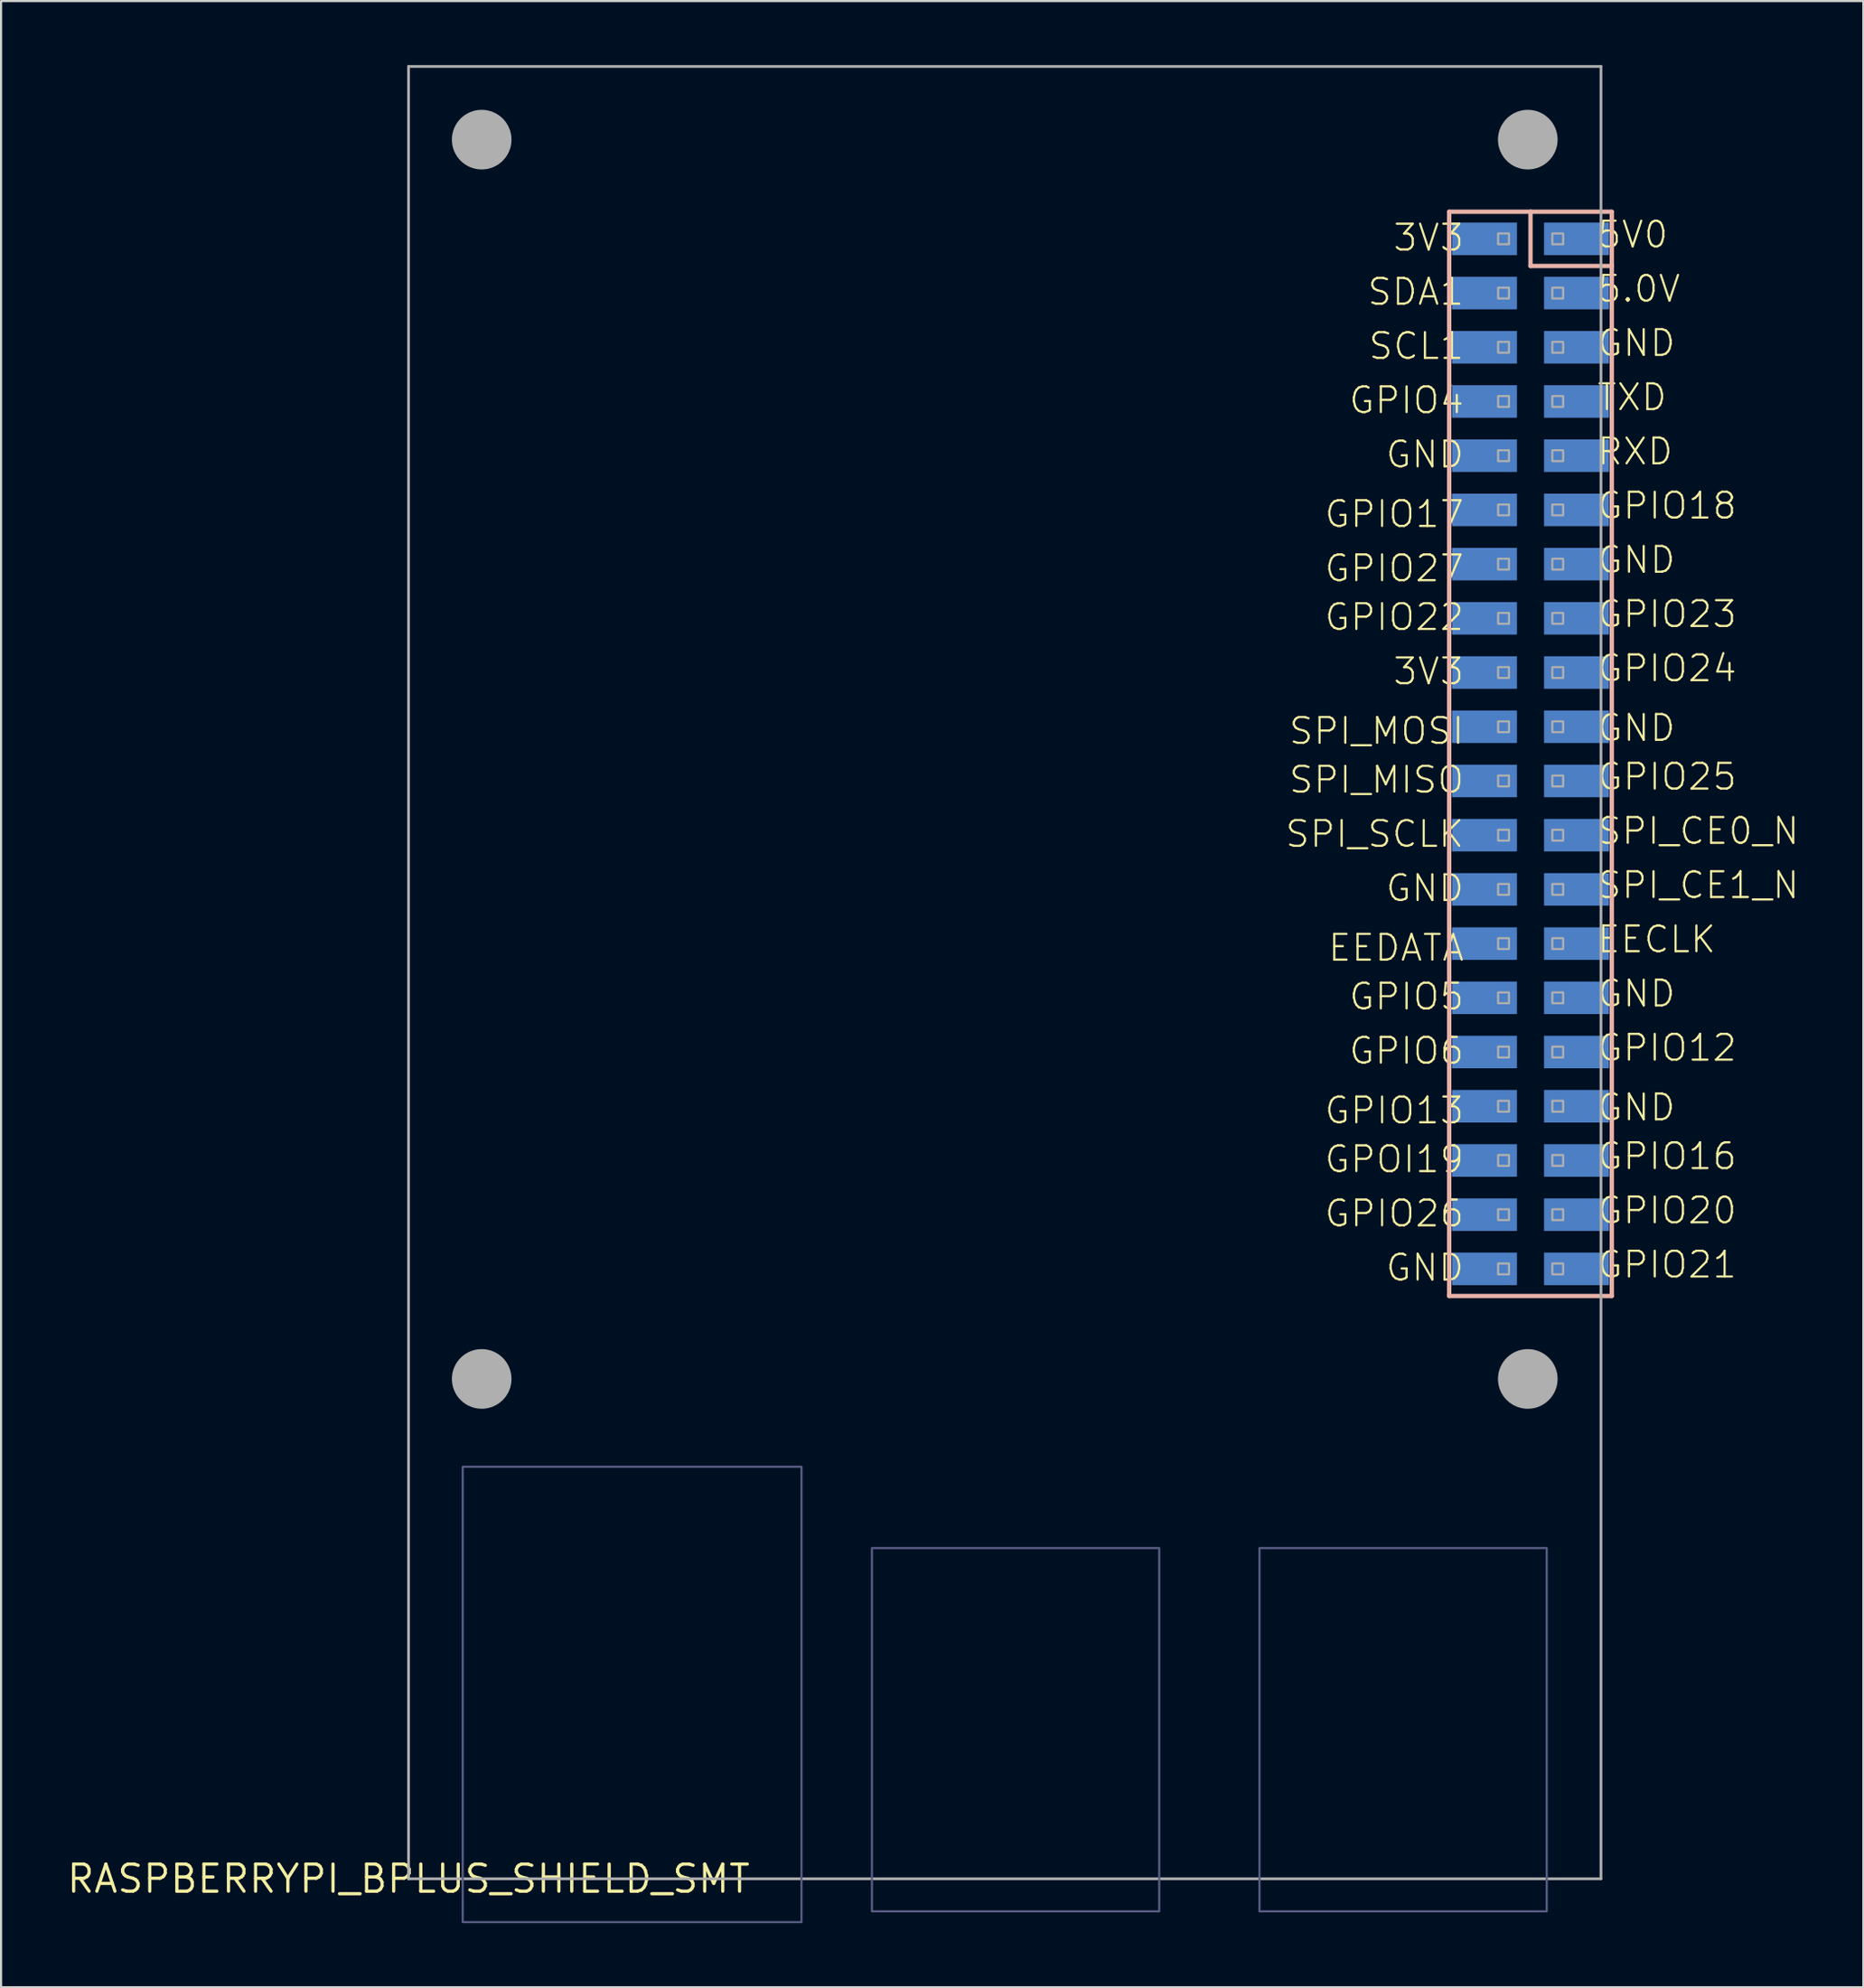
<source format=kicad_pcb>
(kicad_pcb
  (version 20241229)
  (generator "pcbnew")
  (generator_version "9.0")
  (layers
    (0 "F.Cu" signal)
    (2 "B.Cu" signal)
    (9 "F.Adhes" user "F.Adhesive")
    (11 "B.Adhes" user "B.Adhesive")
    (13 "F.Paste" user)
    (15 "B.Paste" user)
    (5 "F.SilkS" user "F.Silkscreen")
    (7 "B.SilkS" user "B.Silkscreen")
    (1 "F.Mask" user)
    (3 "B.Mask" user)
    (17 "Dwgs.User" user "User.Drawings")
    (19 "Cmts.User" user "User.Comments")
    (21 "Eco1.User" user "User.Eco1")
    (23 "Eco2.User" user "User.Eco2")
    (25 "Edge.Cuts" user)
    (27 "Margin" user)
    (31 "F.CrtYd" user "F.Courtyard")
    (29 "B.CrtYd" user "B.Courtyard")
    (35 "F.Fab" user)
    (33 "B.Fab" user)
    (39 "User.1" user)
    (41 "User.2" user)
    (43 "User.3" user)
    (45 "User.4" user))
  (footprint "RASPBERRYPI_BPLUS_SHIELD_SMT"
    (layer "F.Cu")
    (at 16.094 84.976)
    (property "Reference" "RASPBERRYPI_BPLUS_SHIELD_SMT" (at 0 0 0) (layer "F.SilkS") (effects (font (size 1.27 1.27) (thickness 0.15))))
    (attr through_hole)
    (fp_line (start 48.768 -78.105) (end 48.768 -27.305) (stroke (width 0.203) (type solid)) (layer "B.SilkS"))
    (fp_line (start 48.768 -27.305) (end 56.388 -27.305) (stroke (width 0.203) (type solid)) (layer "B.SilkS"))
    (fp_line (start 52.578 -78.105) (end 48.768 -78.105) (stroke (width 0.203) (type solid)) (layer "B.SilkS"))
    (fp_line (start 52.578 -78.105) (end 52.578 -75.565) (stroke (width 0.203) (type solid)) (layer "B.SilkS"))
    (fp_line (start 52.578 -75.565) (end 56.388 -75.565) (stroke (width 0.203) (type solid)) (layer "B.SilkS"))
    (fp_line (start 56.388 -78.105) (end 52.578 -78.105) (stroke (width 0.203) (type solid)) (layer "B.SilkS"))
    (fp_line (start 56.388 -75.565) (end 56.388 -78.105) (stroke (width 0.203) (type solid)) (layer "B.SilkS"))
    (fp_line (start 56.388 -27.305) (end 56.388 -75.565) (stroke (width 0.203) (type solid)) (layer "B.SilkS"))
    (fp_poly (pts (xy 2.54 2.032) (xy 18.415 2.032) (xy 18.415 -19.304) (xy 2.54 -19.304)) (stroke (width 0.1) (type solid)) (fill no) (layer "B.Fab"))
    (fp_poly (pts (xy 21.717 1.524) (xy 35.179 1.524) (xy 35.179 -15.494) (xy 21.717 -15.494)) (stroke (width 0.1) (type solid)) (fill no) (layer "B.Fab"))
    (fp_poly (pts (xy 39.878 1.524) (xy 53.34 1.524) (xy 53.34 -15.494) (xy 39.878 -15.494)) (stroke (width 0.1) (type solid)) (fill no) (layer "B.Fab"))
    (fp_line (start 0 -84.912) (end 55.88 -84.912) (stroke (width 0.127) (type solid)) (layer "F.Fab"))
    (fp_line (start 0 0) (end 0 -84.912) (stroke (width 0.127) (type solid)) (layer "F.Fab"))
    (fp_line (start 55.88 -84.912) (end 55.88 0) (stroke (width 0.127) (type solid)) (layer "F.Fab"))
    (fp_line (start 55.88 0) (end 0 0) (stroke (width 0.127) (type solid)) (layer "F.Fab"))
    (fp_circle (center 3.429 -81.483) (end 4.128 -81.483) (stroke (width 1.397) (type solid)) (fill no) (layer "F.Fab"))
    (fp_circle (center 3.429 -23.419) (end 4.128 -23.419) (stroke (width 1.397) (type solid)) (fill no) (layer "F.Fab"))
    (fp_circle (center 52.451 -81.483) (end 53.15 -81.483) (stroke (width 1.397) (type solid)) (fill no) (layer "F.Fab"))
    (fp_circle (center 52.451 -23.419) (end 53.15 -23.419) (stroke (width 1.397) (type solid)) (fill no) (layer "F.Fab"))
    (fp_poly (pts (xy 51.061 -77.089) (xy 51.061 -76.581) (xy 51.569 -76.581) (xy 51.569 -77.089)) (stroke (width 0.1) (type solid)) (fill no) (layer "F.Fab"))
    (fp_poly (pts (xy 51.061 -74.549) (xy 51.061 -74.041) (xy 51.569 -74.041) (xy 51.569 -74.549)) (stroke (width 0.1) (type solid)) (fill no) (layer "F.Fab"))
    (fp_poly (pts (xy 51.061 -72.009) (xy 51.061 -71.501) (xy 51.569 -71.501) (xy 51.569 -72.009)) (stroke (width 0.1) (type solid)) (fill no) (layer "F.Fab"))
    (fp_poly (pts (xy 51.061 -69.469) (xy 51.061 -68.961) (xy 51.569 -68.961) (xy 51.569 -69.469)) (stroke (width 0.1) (type solid)) (fill no) (layer "F.Fab"))
    (fp_poly (pts (xy 51.061 -66.929) (xy 51.061 -66.421) (xy 51.569 -66.421) (xy 51.569 -66.929)) (stroke (width 0.1) (type solid)) (fill no) (layer "F.Fab"))
    (fp_poly (pts (xy 51.061 -64.389) (xy 51.061 -63.881) (xy 51.569 -63.881) (xy 51.569 -64.389)) (stroke (width 0.1) (type solid)) (fill no) (layer "F.Fab"))
    (fp_poly (pts (xy 51.061 -61.849) (xy 51.061 -61.341) (xy 51.569 -61.341) (xy 51.569 -61.849)) (stroke (width 0.1) (type solid)) (fill no) (layer "F.Fab"))
    (fp_poly (pts (xy 51.061 -59.309) (xy 51.061 -58.801) (xy 51.569 -58.801) (xy 51.569 -59.309)) (stroke (width 0.1) (type solid)) (fill no) (layer "F.Fab"))
    (fp_poly (pts (xy 51.061 -56.769) (xy 51.061 -56.261) (xy 51.569 -56.261) (xy 51.569 -56.769)) (stroke (width 0.1) (type solid)) (fill no) (layer "F.Fab"))
    (fp_poly (pts (xy 51.061 -54.229) (xy 51.061 -53.721) (xy 51.569 -53.721) (xy 51.569 -54.229)) (stroke (width 0.1) (type solid)) (fill no) (layer "F.Fab"))
    (fp_poly (pts (xy 51.061 -51.689) (xy 51.061 -51.181) (xy 51.569 -51.181) (xy 51.569 -51.689)) (stroke (width 0.1) (type solid)) (fill no) (layer "F.Fab"))
    (fp_poly (pts (xy 51.061 -49.149) (xy 51.061 -48.641) (xy 51.569 -48.641) (xy 51.569 -49.149)) (stroke (width 0.1) (type solid)) (fill no) (layer "F.Fab"))
    (fp_poly (pts (xy 51.061 -46.609) (xy 51.061 -46.101) (xy 51.569 -46.101) (xy 51.569 -46.609)) (stroke (width 0.1) (type solid)) (fill no) (layer "F.Fab"))
    (fp_poly (pts (xy 51.061 -44.069) (xy 51.061 -43.561) (xy 51.569 -43.561) (xy 51.569 -44.069)) (stroke (width 0.1) (type solid)) (fill no) (layer "F.Fab"))
    (fp_poly (pts (xy 51.061 -41.529) (xy 51.061 -41.021) (xy 51.569 -41.021) (xy 51.569 -41.529)) (stroke (width 0.1) (type solid)) (fill no) (layer "F.Fab"))
    (fp_poly (pts (xy 51.061 -38.989) (xy 51.061 -38.481) (xy 51.569 -38.481) (xy 51.569 -38.989)) (stroke (width 0.1) (type solid)) (fill no) (layer "F.Fab"))
    (fp_poly (pts (xy 51.061 -36.449) (xy 51.061 -35.941) (xy 51.569 -35.941) (xy 51.569 -36.449)) (stroke (width 0.1) (type solid)) (fill no) (layer "F.Fab"))
    (fp_poly (pts (xy 51.061 -33.909) (xy 51.061 -33.401) (xy 51.569 -33.401) (xy 51.569 -33.909)) (stroke (width 0.1) (type solid)) (fill no) (layer "F.Fab"))
    (fp_poly (pts (xy 51.061 -31.369) (xy 51.061 -30.861) (xy 51.569 -30.861) (xy 51.569 -31.369)) (stroke (width 0.1) (type solid)) (fill no) (layer "F.Fab"))
    (fp_poly (pts (xy 51.061 -28.829) (xy 51.061 -28.321) (xy 51.569 -28.321) (xy 51.569 -28.829)) (stroke (width 0.1) (type solid)) (fill no) (layer "F.Fab"))
    (fp_poly (pts (xy 53.601 -77.089) (xy 53.601 -76.581) (xy 54.109 -76.581) (xy 54.109 -77.089)) (stroke (width 0.1) (type solid)) (fill no) (layer "F.Fab"))
    (fp_poly (pts (xy 53.601 -74.549) (xy 53.601 -74.041) (xy 54.109 -74.041) (xy 54.109 -74.549)) (stroke (width 0.1) (type solid)) (fill no) (layer "F.Fab"))
    (fp_poly (pts (xy 53.601 -72.009) (xy 53.601 -71.501) (xy 54.109 -71.501) (xy 54.109 -72.009)) (stroke (width 0.1) (type solid)) (fill no) (layer "F.Fab"))
    (fp_poly (pts (xy 53.601 -69.469) (xy 53.601 -68.961) (xy 54.109 -68.961) (xy 54.109 -69.469)) (stroke (width 0.1) (type solid)) (fill no) (layer "F.Fab"))
    (fp_poly (pts (xy 53.601 -66.929) (xy 53.601 -66.421) (xy 54.109 -66.421) (xy 54.109 -66.929)) (stroke (width 0.1) (type solid)) (fill no) (layer "F.Fab"))
    (fp_poly (pts (xy 53.601 -64.389) (xy 53.601 -63.881) (xy 54.109 -63.881) (xy 54.109 -64.389)) (stroke (width 0.1) (type solid)) (fill no) (layer "F.Fab"))
    (fp_poly (pts (xy 53.601 -61.849) (xy 53.601 -61.341) (xy 54.109 -61.341) (xy 54.109 -61.849)) (stroke (width 0.1) (type solid)) (fill no) (layer "F.Fab"))
    (fp_poly (pts (xy 53.601 -59.309) (xy 53.601 -58.801) (xy 54.109 -58.801) (xy 54.109 -59.309)) (stroke (width 0.1) (type solid)) (fill no) (layer "F.Fab"))
    (fp_poly (pts (xy 53.601 -56.769) (xy 53.601 -56.261) (xy 54.109 -56.261) (xy 54.109 -56.769)) (stroke (width 0.1) (type solid)) (fill no) (layer "F.Fab"))
    (fp_poly (pts (xy 53.601 -54.229) (xy 53.601 -53.721) (xy 54.109 -53.721) (xy 54.109 -54.229)) (stroke (width 0.1) (type solid)) (fill no) (layer "F.Fab"))
    (fp_poly (pts (xy 53.601 -51.689) (xy 53.601 -51.181) (xy 54.109 -51.181) (xy 54.109 -51.689)) (stroke (width 0.1) (type solid)) (fill no) (layer "F.Fab"))
    (fp_poly (pts (xy 53.601 -49.149) (xy 53.601 -48.641) (xy 54.109 -48.641) (xy 54.109 -49.149)) (stroke (width 0.1) (type solid)) (fill no) (layer "F.Fab"))
    (fp_poly (pts (xy 53.601 -46.609) (xy 53.601 -46.101) (xy 54.109 -46.101) (xy 54.109 -46.609)) (stroke (width 0.1) (type solid)) (fill no) (layer "F.Fab"))
    (fp_poly (pts (xy 53.601 -44.069) (xy 53.601 -43.561) (xy 54.109 -43.561) (xy 54.109 -44.069)) (stroke (width 0.1) (type solid)) (fill no) (layer "F.Fab"))
    (fp_poly (pts (xy 53.601 -41.529) (xy 53.601 -41.021) (xy 54.109 -41.021) (xy 54.109 -41.529)) (stroke (width 0.1) (type solid)) (fill no) (layer "F.Fab"))
    (fp_poly (pts (xy 53.601 -38.989) (xy 53.601 -38.481) (xy 54.109 -38.481) (xy 54.109 -38.989)) (stroke (width 0.1) (type solid)) (fill no) (layer "F.Fab"))
    (fp_poly (pts (xy 53.601 -36.449) (xy 53.601 -35.941) (xy 54.109 -35.941) (xy 54.109 -36.449)) (stroke (width 0.1) (type solid)) (fill no) (layer "F.Fab"))
    (fp_poly (pts (xy 53.601 -33.909) (xy 53.601 -33.401) (xy 54.109 -33.401) (xy 54.109 -33.909)) (stroke (width 0.1) (type solid)) (fill no) (layer "F.Fab"))
    (fp_poly (pts (xy 53.601 -31.369) (xy 53.601 -30.861) (xy 54.109 -30.861) (xy 54.109 -31.369)) (stroke (width 0.1) (type solid)) (fill no) (layer "F.Fab"))
    (fp_poly (pts (xy 53.601 -28.829) (xy 53.601 -28.321) (xy 54.109 -28.321) (xy 54.109 -28.829)) (stroke (width 0.1) (type solid)) (fill no) (layer "F.Fab"))
    (fp_text user "GND" (at 49.537 -29.337 0) (layer "F.SilkS") (effects (font (size 1.206 1.206) (thickness 0.102)) (justify right top)))
    (fp_text user "GPOI19" (at 49.537 -34.417 0) (layer "F.SilkS") (effects (font (size 1.206 1.206) (thickness 0.102)) (justify right top)))
    (fp_text user "GND" (at 49.537 -47.117 0) (layer "F.SilkS") (effects (font (size 1.206 1.206) (thickness 0.102)) (justify right top)))
    (fp_text user "GPIO20" (at 55.633 -30.607 0) (layer "F.SilkS") (effects (font (size 1.206 1.206) (thickness 0.102)) (justify left bottom)))
    (fp_text user "GND" (at 49.537 -67.437 0) (layer "F.SilkS") (effects (font (size 1.206 1.206) (thickness 0.102)) (justify right top)))
    (fp_text user "GPIO4" (at 49.537 -69.977 0) (layer "F.SilkS") (effects (font (size 1.206 1.206) (thickness 0.102)) (justify right top)))
    (fp_text user "GPIO5" (at 49.537 -42.037 0) (layer "F.SilkS") (effects (font (size 1.206 1.206) (thickness 0.102)) (justify right top)))
    (fp_text user "GPIO27" (at 49.537 -62.103 0) (layer "F.SilkS") (effects (font (size 1.206 1.206) (thickness 0.102)) (justify right top)))
    (fp_text user "GPIO18" (at 55.633 -63.627 0) (layer "F.SilkS") (effects (font (size 1.206 1.206) (thickness 0.102)) (justify left bottom)))
    (fp_text user "GPIO23" (at 55.633 -58.547 0) (layer "F.SilkS") (effects (font (size 1.206 1.206) (thickness 0.102)) (justify left bottom)))
    (fp_text user "SPI_SCLK" (at 49.537 -49.657 0) (layer "F.SilkS") (effects (font (size 1.206 1.206) (thickness 0.102)) (justify right top)))
    (fp_text user "SPI_CE1_N" (at 55.633 -45.847 0) (layer "F.SilkS") (effects (font (size 1.206 1.206) (thickness 0.102)) (justify left bottom)))
    (fp_text user "EECLK" (at 55.633 -43.307 0) (layer "F.SilkS") (effects (font (size 1.206 1.206) (thickness 0.102)) (justify left bottom)))
    (fp_text user "GPIO16" (at 55.633 -33.147 0) (layer "F.SilkS") (effects (font (size 1.206 1.206) (thickness 0.102)) (justify left bottom)))
    (fp_text user "GND" (at 55.633 -61.087 0) (layer "F.SilkS") (effects (font (size 1.206 1.206) (thickness 0.102)) (justify left bottom)))
    (fp_text user "SPI_MOSI" (at 49.537 -54.483 0) (layer "F.SilkS") (effects (font (size 1.206 1.206) (thickness 0.102)) (justify right top)))
    (fp_text user "GPIO26" (at 49.537 -31.877 0) (layer "F.SilkS") (effects (font (size 1.206 1.206) (thickness 0.102)) (justify right top)))
    (fp_text user "GPIO25" (at 55.633 -50.927 0) (layer "F.SilkS") (effects (font (size 1.206 1.206) (thickness 0.102)) (justify left bottom)))
    (fp_text user "SPI_MISO" (at 49.537 -52.197 0) (layer "F.SilkS") (effects (font (size 1.206 1.206) (thickness 0.102)) (justify right top)))
    (fp_text user "SDA1" (at 49.537 -75.057 0) (layer "F.SilkS") (effects (font (size 1.206 1.206) (thickness 0.102)) (justify right top)))
    (fp_text user "GPIO24" (at 55.633 -56.007 0) (layer "F.SilkS") (effects (font (size 1.206 1.206) (thickness 0.102)) (justify left bottom)))
    (fp_text user "GND" (at 55.633 -35.433 0) (layer "F.SilkS") (effects (font (size 1.206 1.206) (thickness 0.102)) (justify left bottom)))
    (fp_text user "GPIO17" (at 49.537 -64.643 0) (layer "F.SilkS") (effects (font (size 1.206 1.206) (thickness 0.102)) (justify right top)))
    (fp_text user "5V0" (at 55.633 -76.327 0) (layer "F.SilkS") (effects (font (size 1.206 1.206) (thickness 0.102)) (justify left bottom)))
    (fp_text user "SPI_CE0_N" (at 55.633 -48.387 0) (layer "F.SilkS") (effects (font (size 1.206 1.206) (thickness 0.102)) (justify left bottom)))
    (fp_text user "GND" (at 55.633 -71.247 0) (layer "F.SilkS") (effects (font (size 1.206 1.206) (thickness 0.102)) (justify left bottom)))
    (fp_text user "GPIO12" (at 55.633 -38.227 0) (layer "F.SilkS") (effects (font (size 1.206 1.206) (thickness 0.102)) (justify left bottom)))
    (fp_text user "3V3" (at 49.537 -57.277 0) (layer "F.SilkS") (effects (font (size 1.206 1.206) (thickness 0.102)) (justify right top)))
    (fp_text user "RXD" (at 55.633 -66.167 0) (layer "F.SilkS") (effects (font (size 1.206 1.206) (thickness 0.102)) (justify left bottom)))
    (fp_text user "TXD" (at 55.633 -68.707 0) (layer "F.SilkS") (effects (font (size 1.206 1.206) (thickness 0.102)) (justify left bottom)))
    (fp_text user "GND" (at 55.633 -53.213 0) (layer "F.SilkS") (effects (font (size 1.206 1.206) (thickness 0.102)) (justify left bottom)))
    (fp_text user "3V3" (at 49.537 -77.597 0) (layer "F.SilkS") (effects (font (size 1.206 1.206) (thickness 0.102)) (justify right top)))
    (fp_text user "GPIO21" (at 55.633 -28.067 0) (layer "F.SilkS") (effects (font (size 1.206 1.206) (thickness 0.102)) (justify left bottom)))
    (fp_text user "GPIO6" (at 49.537 -39.497 0) (layer "F.SilkS") (effects (font (size 1.206 1.206) (thickness 0.102)) (justify right top)))
    (fp_text user "SCL1" (at 49.537 -72.517 0) (layer "F.SilkS") (effects (font (size 1.206 1.206) (thickness 0.102)) (justify right top)))
    (fp_text user "GND" (at 55.633 -40.767 0) (layer "F.SilkS") (effects (font (size 1.206 1.206) (thickness 0.102)) (justify left bottom)))
    (fp_text user "GPIO22" (at 49.537 -59.817 0) (layer "F.SilkS") (effects (font (size 1.206 1.206) (thickness 0.102)) (justify right top)))
    (fp_text user "EEDATA" (at 49.537 -44.323 0) (layer "F.SilkS") (effects (font (size 1.206 1.206) (thickness 0.102)) (justify right top)))
    (fp_text user "GPIO13" (at 49.537 -36.703 0) (layer "F.SilkS") (effects (font (size 1.206 1.206) (thickness 0.102)) (justify right top)))
    (fp_text user "5.0V" (at 55.633 -73.787 0) (layer "F.SilkS") (effects (font (size 1.206 1.206) (thickness 0.102)) (justify left bottom)))
    (pad "1" smd rect (at 50.419 -76.835 180) (size 3.048 1.524) (layers "B.Cu" "B.Mask" "B.Paste"))
    (pad "2" smd rect (at 54.737 -76.835 180) (size 3.048 1.524) (layers "B.Cu" "B.Mask" "B.Paste"))
    (pad "3" smd rect (at 50.419 -74.295) (size 3.048 1.524) (layers "B.Cu" "B.Mask" "B.Paste"))
    (pad "4" smd rect (at 54.737 -74.295 180) (size 3.048 1.524) (layers "B.Cu" "B.Mask" "B.Paste"))
    (pad "5" smd rect (at 50.419 -71.755) (size 3.048 1.524) (layers "B.Cu" "B.Mask" "B.Paste"))
    (pad "6" smd rect (at 54.737 -71.755 180) (size 3.048 1.524) (layers "B.Cu" "B.Mask" "B.Paste"))
    (pad "7" smd rect (at 50.419 -69.215) (size 3.048 1.524) (layers "B.Cu" "B.Mask" "B.Paste"))
    (pad "8" smd rect (at 54.737 -69.215 180) (size 3.048 1.524) (layers "B.Cu" "B.Mask" "B.Paste"))
    (pad "9" smd rect (at 50.419 -66.675) (size 3.048 1.524) (layers "B.Cu" "B.Mask" "B.Paste"))
    (pad "10" smd rect (at 54.737 -66.675 180) (size 3.048 1.524) (layers "B.Cu" "B.Mask" "B.Paste"))
    (pad "11" smd rect (at 50.419 -64.135) (size 3.048 1.524) (layers "B.Cu" "B.Mask" "B.Paste"))
    (pad "12" smd rect (at 54.737 -64.135 180) (size 3.048 1.524) (layers "B.Cu" "B.Mask" "B.Paste"))
    (pad "13" smd rect (at 50.419 -61.595) (size 3.048 1.524) (layers "B.Cu" "B.Mask" "B.Paste"))
    (pad "14" smd rect (at 54.737 -61.595 180) (size 3.048 1.524) (layers "B.Cu" "B.Mask" "B.Paste"))
    (pad "15" smd rect (at 50.419 -59.055) (size 3.048 1.524) (layers "B.Cu" "B.Mask" "B.Paste"))
    (pad "16" smd rect (at 54.737 -59.055 180) (size 3.048 1.524) (layers "B.Cu" "B.Mask" "B.Paste"))
    (pad "17" smd rect (at 50.419 -56.515) (size 3.048 1.524) (layers "B.Cu" "B.Mask" "B.Paste"))
    (pad "18" smd rect (at 54.737 -56.515 180) (size 3.048 1.524) (layers "B.Cu" "B.Mask" "B.Paste"))
    (pad "19" smd rect (at 50.419 -53.975) (size 3.048 1.524) (layers "B.Cu" "B.Mask" "B.Paste"))
    (pad "20" smd rect (at 54.737 -53.975 180) (size 3.048 1.524) (layers "B.Cu" "B.Mask" "B.Paste"))
    (pad "21" smd rect (at 50.419 -51.435) (size 3.048 1.524) (layers "B.Cu" "B.Mask" "B.Paste"))
    (pad "22" smd rect (at 54.737 -51.435 180) (size 3.048 1.524) (layers "B.Cu" "B.Mask" "B.Paste"))
    (pad "23" smd rect (at 50.419 -48.895) (size 3.048 1.524) (layers "B.Cu" "B.Mask" "B.Paste"))
    (pad "24" smd rect (at 54.737 -48.895 180) (size 3.048 1.524) (layers "B.Cu" "B.Mask" "B.Paste"))
    (pad "25" smd rect (at 50.419 -46.355) (size 3.048 1.524) (layers "B.Cu" "B.Mask" "B.Paste"))
    (pad "26" smd rect (at 54.737 -46.355 180) (size 3.048 1.524) (layers "B.Cu" "B.Mask" "B.Paste"))
    (pad "27" smd rect (at 50.419 -43.815) (size 3.048 1.524) (layers "B.Cu" "B.Mask" "B.Paste"))
    (pad "28" smd rect (at 54.737 -43.815 180) (size 3.048 1.524) (layers "B.Cu" "B.Mask" "B.Paste"))
    (pad "29" smd rect (at 50.419 -41.275) (size 3.048 1.524) (layers "B.Cu" "B.Mask" "B.Paste"))
    (pad "30" smd rect (at 54.737 -41.275 180) (size 3.048 1.524) (layers "B.Cu" "B.Mask" "B.Paste"))
    (pad "31" smd rect (at 50.419 -38.735) (size 3.048 1.524) (layers "B.Cu" "B.Mask" "B.Paste"))
    (pad "32" smd rect (at 54.737 -38.735 180) (size 3.048 1.524) (layers "B.Cu" "B.Mask" "B.Paste"))
    (pad "33" smd rect (at 50.419 -36.195) (size 3.048 1.524) (layers "B.Cu" "B.Mask" "B.Paste"))
    (pad "34" smd rect (at 54.737 -36.195 180) (size 3.048 1.524) (layers "B.Cu" "B.Mask" "B.Paste"))
    (pad "35" smd rect (at 50.419 -33.655) (size 3.048 1.524) (layers "B.Cu" "B.Mask" "B.Paste"))
    (pad "36" smd rect (at 54.737 -33.655 180) (size 3.048 1.524) (layers "B.Cu" "B.Mask" "B.Paste"))
    (pad "37" smd rect (at 50.419 -31.115) (size 3.048 1.524) (layers "B.Cu" "B.Mask" "B.Paste"))
    (pad "38" smd rect (at 54.737 -31.115 180) (size 3.048 1.524) (layers "B.Cu" "B.Mask" "B.Paste"))
    (pad "39" smd rect (at 50.419 -28.575) (size 3.048 1.524) (layers "B.Cu" "B.Mask" "B.Paste"))
    (pad "40" smd rect (at 54.737 -28.575 180) (size 3.048 1.524) (layers "B.Cu" "B.Mask" "B.Paste")))
  (gr_rect
    (start -3 -3)
    (end 84.27 90.058)
    (stroke (width 0.1) (type default))
    (fill no)
    (layer "Edge.Cuts")))
</source>
